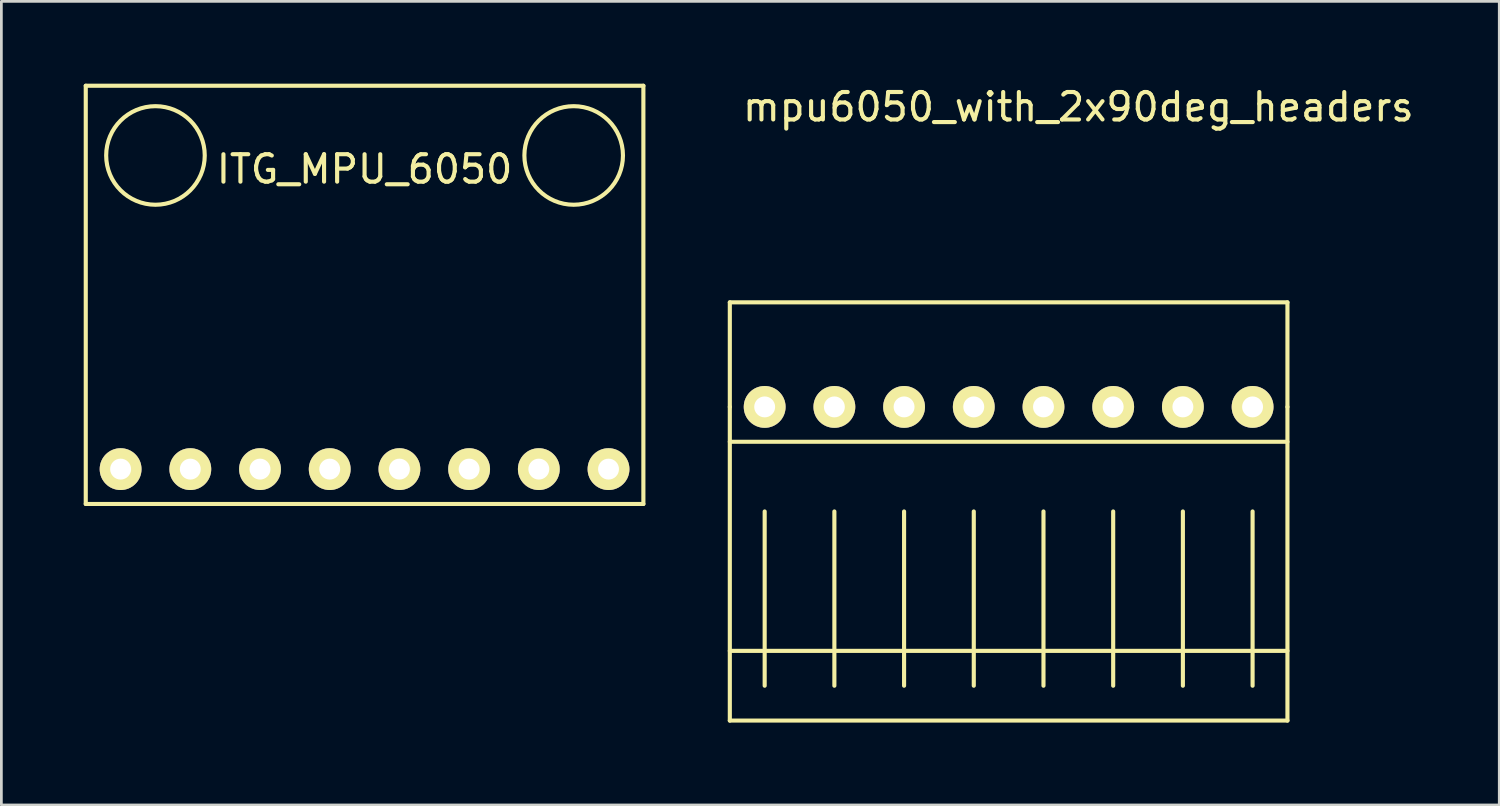
<source format=kicad_pcb>
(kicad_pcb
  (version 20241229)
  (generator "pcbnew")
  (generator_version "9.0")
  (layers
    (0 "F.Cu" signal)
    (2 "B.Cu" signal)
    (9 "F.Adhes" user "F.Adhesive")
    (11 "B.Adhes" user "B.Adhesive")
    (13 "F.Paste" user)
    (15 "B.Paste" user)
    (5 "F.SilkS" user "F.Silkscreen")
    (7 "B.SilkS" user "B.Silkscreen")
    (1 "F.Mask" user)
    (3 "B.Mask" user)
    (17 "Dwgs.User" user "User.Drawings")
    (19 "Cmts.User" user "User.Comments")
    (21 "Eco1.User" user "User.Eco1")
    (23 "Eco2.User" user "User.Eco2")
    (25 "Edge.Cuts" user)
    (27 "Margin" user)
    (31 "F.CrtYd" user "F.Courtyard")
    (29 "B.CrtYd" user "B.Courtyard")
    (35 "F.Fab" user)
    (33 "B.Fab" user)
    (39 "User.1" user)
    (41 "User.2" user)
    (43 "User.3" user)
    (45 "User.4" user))
  (footprint "ITG_MPU_6050"
    (layer "F.Cu")
    (at 10.235 2.615)
    (property "Reference" "ITG_MPU_6050" (at 0 0.5 0) (layer "F.SilkS") (effects (font (size 1 1) (thickness 0.15))))
    (attr through_hole)
    (fp_line (start -10.16 -2.54) (end -10.16 12.7) (stroke (width 0.15) (type solid)) (layer "F.SilkS"))
    (fp_line (start -10.16 12.7) (end 10.16 12.7) (stroke (width 0.15) (type solid)) (layer "F.SilkS"))
    (fp_line (start 10.16 -2.54) (end -10.16 -2.54) (stroke (width 0.15) (type solid)) (layer "F.SilkS"))
    (fp_line (start 10.16 12.7) (end 10.16 -2.54) (stroke (width 0.15) (type solid)) (layer "F.SilkS"))
    (fp_circle (center -7.62 0) (end -6.35 1.27) (stroke (width 0.15) (type solid)) (fill no) (layer "F.SilkS"))
    (fp_circle (center 7.62 0) (end 8.89 -1.27) (stroke (width 0.15) (type solid)) (fill no) (layer "F.SilkS"))
    (pad "1" thru_hole circle (at -8.89 11.43) (size 1.524 1.524) (drill 0.762) (layers "*.Cu" "*.Mask" "F.SilkS"))
    (pad "2" thru_hole circle (at -6.35 11.43) (size 1.524 1.524) (drill 0.762) (layers "*.Cu" "*.Mask" "F.SilkS"))
    (pad "3" thru_hole circle (at -3.81 11.43) (size 1.524 1.524) (drill 0.762) (layers "*.Cu" "*.Mask" "F.SilkS"))
    (pad "4" thru_hole circle (at -1.27 11.43) (size 1.524 1.524) (drill 0.762) (layers "*.Cu" "*.Mask" "F.SilkS"))
    (pad "5" thru_hole circle (at 1.27 11.43) (size 1.524 1.524) (drill 0.762) (layers "*.Cu" "*.Mask" "F.SilkS"))
    (pad "6" thru_hole circle (at 3.81 11.43) (size 1.524 1.524) (drill 0.762) (layers "*.Cu" "*.Mask" "F.SilkS"))
    (pad "7" thru_hole circle (at 6.35 11.43) (size 1.524 1.524) (drill 0.762) (layers "*.Cu" "*.Mask" "F.SilkS"))
    (pad "8" thru_hole circle (at 8.89 11.43) (size 1.524 1.524) (drill 0.762) (layers "*.Cu" "*.Mask" "F.SilkS")))
  (footprint "mpu6050_with_2x90deg_headers"
    (layer "F.Cu")
    (at 36.245 0.348)
    (property "Reference" "mpu6050_with_2x90deg_headers" (at 0 0.5 0) (layer "F.SilkS") (effects (font (size 1 1) (thickness 0.15))))
    (attr through_hole)
    (fp_line (start -12.7 7.62) (end -12.7 11.43) (stroke (width 0.15) (type solid)) (layer "F.SilkS"))
    (fp_line (start -12.7 11.43) (end -12.7 22.86) (stroke (width 0.15) (type solid)) (layer "F.SilkS"))
    (fp_line (start -12.7 12.7) (end 7.62 12.7) (stroke (width 0.15) (type solid)) (layer "F.SilkS"))
    (fp_line (start -12.7 22.86) (end 7.62 22.86) (stroke (width 0.15) (type solid)) (layer "F.SilkS"))
    (fp_line (start -11.43 21.59) (end -11.43 15.24) (stroke (width 0.15) (type solid)) (layer "F.SilkS"))
    (fp_line (start -8.89 21.59) (end -8.89 15.24) (stroke (width 0.15) (type solid)) (layer "F.SilkS"))
    (fp_line (start -6.35 21.59) (end -6.35 15.24) (stroke (width 0.15) (type solid)) (layer "F.SilkS"))
    (fp_line (start -3.81 21.59) (end -3.81 15.24) (stroke (width 0.15) (type solid)) (layer "F.SilkS"))
    (fp_line (start -1.27 21.59) (end -1.27 15.24) (stroke (width 0.15) (type solid)) (layer "F.SilkS"))
    (fp_line (start 1.27 21.59) (end 1.27 15.24) (stroke (width 0.15) (type solid)) (layer "F.SilkS"))
    (fp_line (start 3.81 21.59) (end 3.81 15.24) (stroke (width 0.15) (type solid)) (layer "F.SilkS"))
    (fp_line (start 6.35 21.59) (end 6.35 15.24) (stroke (width 0.15) (type solid)) (layer "F.SilkS"))
    (fp_line (start 7.62 7.62) (end -12.7 7.62) (stroke (width 0.15) (type solid)) (layer "F.SilkS"))
    (fp_line (start 7.62 11.43) (end 7.62 7.62) (stroke (width 0.15) (type solid)) (layer "F.SilkS"))
    (fp_line (start 7.62 20.32) (end -12.7 20.32) (stroke (width 0.15) (type solid)) (layer "F.SilkS"))
    (fp_line (start 7.62 22.86) (end 7.62 11.43) (stroke (width 0.15) (type solid)) (layer "F.SilkS"))
    (pad "1" thru_hole circle (at -11.43 11.43) (size 1.524 1.524) (drill 0.762) (layers "*.Cu" "*.Mask" "F.SilkS"))
    (pad "2" thru_hole circle (at -8.89 11.43) (size 1.524 1.524) (drill 0.762) (layers "*.Cu" "*.Mask" "F.SilkS"))
    (pad "3" thru_hole circle (at -6.35 11.43) (size 1.524 1.524) (drill 0.762) (layers "*.Cu" "*.Mask" "F.SilkS"))
    (pad "4" thru_hole circle (at -3.81 11.43) (size 1.524 1.524) (drill 0.762) (layers "*.Cu" "*.Mask" "F.SilkS"))
    (pad "5" thru_hole circle (at -1.27 11.43) (size 1.524 1.524) (drill 0.762) (layers "*.Cu" "*.Mask" "F.SilkS"))
    (pad "6" thru_hole circle (at 1.27 11.43) (size 1.524 1.524) (drill 0.762) (layers "*.Cu" "*.Mask" "F.SilkS"))
    (pad "7" thru_hole circle (at 3.81 11.43) (size 1.524 1.524) (drill 0.762) (layers "*.Cu" "*.Mask" "F.SilkS"))
    (pad "8" thru_hole circle (at 6.35 11.43) (size 1.524 1.524) (drill 0.762) (layers "*.Cu" "*.Mask" "F.SilkS")))
  (gr_rect
    (start -3 -3)
    (end 51.584 26.283)
    (stroke (width 0.1) (type default))
    (fill no)
    (layer "Edge.Cuts")))
</source>
